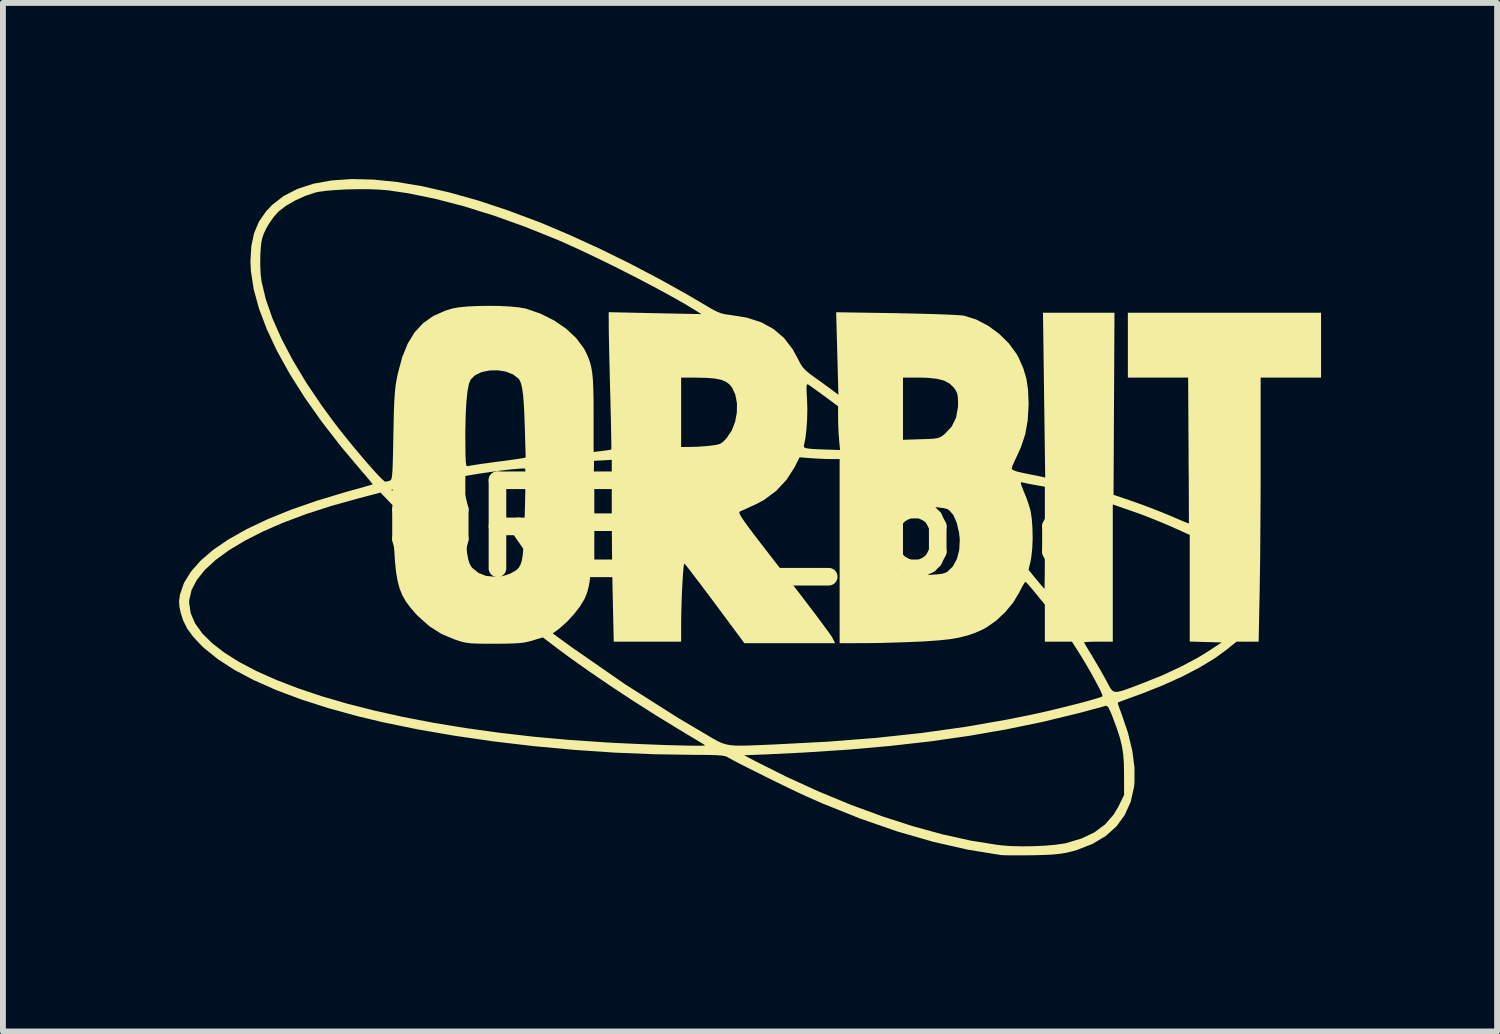
<source format=kicad_pcb>
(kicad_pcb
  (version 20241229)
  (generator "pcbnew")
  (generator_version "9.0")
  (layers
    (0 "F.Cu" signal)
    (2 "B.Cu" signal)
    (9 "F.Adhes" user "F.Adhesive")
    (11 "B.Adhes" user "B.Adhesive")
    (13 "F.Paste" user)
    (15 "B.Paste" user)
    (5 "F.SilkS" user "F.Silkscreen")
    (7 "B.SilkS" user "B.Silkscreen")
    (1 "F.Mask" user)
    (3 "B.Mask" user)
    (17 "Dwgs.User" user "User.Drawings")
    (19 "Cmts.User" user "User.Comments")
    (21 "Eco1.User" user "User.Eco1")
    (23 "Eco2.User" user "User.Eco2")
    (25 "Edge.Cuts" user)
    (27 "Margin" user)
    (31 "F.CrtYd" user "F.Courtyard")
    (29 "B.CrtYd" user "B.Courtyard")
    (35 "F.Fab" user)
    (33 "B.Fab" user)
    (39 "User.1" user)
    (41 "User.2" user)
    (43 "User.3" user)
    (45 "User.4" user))
  (footprint "ORBIT_logo"
    (layer "F.Cu")
    (at 9.71 5.953)
    (property "Reference" "ORBIT_logo" (at 0 0 0) (layer "F.SilkS") (effects (font (size 1.5 1.5) (thickness 0.3))))
    (attr board_only exclude_from_pos_files exclude_from_bom)
    (fp_poly (pts (xy -6.4 -5.944) (xy -5.997 -5.903) (xy -5.565 -5.83) (xy -5.106 -5.725) (xy -4.621 -5.589) (xy -4.111 -5.42) (xy -3.579 -5.221) (xy -3.522 -5.198) (xy -3.045 -4.996) (xy -2.545 -4.767) (xy -2.034 -4.516) (xy -1.527 -4.25) (xy -1.038 -3.977) (xy -0.744 -3.804) (xy -0.628 -3.736) (xy -0.541 -3.691) (xy -0.466 -3.663) (xy -0.391 -3.647) (xy -0.32 -3.638) (xy -0.037 -3.592) (xy 0.208 -3.513) (xy 0.419 -3.397) (xy 0.596 -3.245) (xy 0.743 -3.054) (xy 0.826 -2.902) (xy 0.87 -2.816) (xy 0.912 -2.751) (xy 0.964 -2.694) (xy 1.037 -2.633) (xy 1.131 -2.565) (xy 1.233 -2.492) (xy 1.329 -2.422) (xy 1.406 -2.366) (xy 1.436 -2.344) (xy 1.522 -2.278) (xy 1.503 -2.981) (xy 1.484 -3.684) (xy 2.509 -3.668) (xy 2.74 -3.663) (xy 2.958 -3.658) (xy 3.159 -3.652) (xy 3.336 -3.646) (xy 3.481 -3.639) (xy 3.59 -3.633) (xy 3.655 -3.626) (xy 3.663 -3.625) (xy 3.868 -3.561) (xy 4.071 -3.455) (xy 4.261 -3.316) (xy 4.427 -3.152) (xy 4.559 -2.971) (xy 4.595 -2.905) (xy 4.673 -2.726) (xy 4.725 -2.55) (xy 4.753 -2.361) (xy 4.762 -2.142) (xy 4.762 -2.108) (xy 4.747 -1.84) (xy 4.704 -1.602) (xy 4.629 -1.378) (xy 4.565 -1.238) (xy 4.522 -1.147) (xy 4.489 -1.071) (xy 4.474 -1.025) (xy 4.473 -1.02) (xy 4.496 -0.996) (xy 4.565 -0.97) (xy 4.683 -0.943) (xy 4.698 -0.94) (xy 4.807 -0.918) (xy 4.903 -0.899) (xy 4.97 -0.885) (xy 4.984 -0.882) (xy 5.045 -0.867) (xy 5.026 -2.272) (xy 5.007 -3.676) (xy 5.616 -3.676) (xy 6.225 -3.676) (xy 6.217 -2.125) (xy 6.209 -0.574) (xy 6.53 -0.465) (xy 6.689 -0.408) (xy 6.87 -0.34) (xy 7.049 -0.269) (xy 7.172 -0.218) (xy 7.289 -0.168) (xy 7.386 -0.126) (xy 7.457 -0.098) (xy 7.491 -0.085) (xy 7.493 -0.085) (xy 7.493 -0.111) (xy 7.493 -0.183) (xy 7.492 -0.297) (xy 7.492 -0.447) (xy 7.491 -0.629) (xy 7.49 -0.837) (xy 7.488 -1.067) (xy 7.487 -1.313) (xy 7.487 -1.33) (xy 7.48 -2.571) (xy 6.966 -2.571) (xy 6.453 -2.571) (xy 6.453 -3.124) (xy 6.453 -3.676) (xy 8.098 -3.676) (xy 9.744 -3.676) (xy 9.744 -3.124) (xy 9.744 -2.571) (xy 9.229 -2.571) (xy 8.715 -2.571) (xy 8.715 -1.174) (xy 8.715 -0.874) (xy 8.714 -0.561) (xy 8.712 -0.244) (xy 8.71 0.069) (xy 8.708 0.367) (xy 8.705 0.642) (xy 8.701 0.883) (xy 8.698 1.076) (xy 8.681 1.928) (xy 8.493 1.928) (xy 8.304 1.928) (xy 8.13 2.069) (xy 7.923 2.218) (xy 7.671 2.37) (xy 7.379 2.522) (xy 7.054 2.669) (xy 6.701 2.81) (xy 6.582 2.853) (xy 6.468 2.895) (xy 6.374 2.929) (xy 6.308 2.954) (xy 6.281 2.966) (xy 6.281 2.966) (xy 6.286 2.991) (xy 6.306 3.053) (xy 6.338 3.139) (xy 6.351 3.173) (xy 6.457 3.488) (xy 6.529 3.789) (xy 6.566 4.071) (xy 6.566 4.326) (xy 6.558 4.403) (xy 6.501 4.656) (xy 6.401 4.879) (xy 6.26 5.073) (xy 6.077 5.238) (xy 5.852 5.372) (xy 5.587 5.476) (xy 5.489 5.504) (xy 5.393 5.526) (xy 5.292 5.542) (xy 5.174 5.554) (xy 5.028 5.561) (xy 4.843 5.566) (xy 4.833 5.566) (xy 4.679 5.568) (xy 4.537 5.568) (xy 4.417 5.567) (xy 4.331 5.565) (xy 4.293 5.563) (xy 3.725 5.471) (xy 3.133 5.336) (xy 2.52 5.159) (xy 1.889 4.94) (xy 1.242 4.68) (xy 0.977 4.563) (xy 0.874 4.516) (xy 0.744 4.454) (xy 0.595 4.382) (xy 0.435 4.304) (xy 0.271 4.223) (xy 0.111 4.143) (xy -0.039 4.068) (xy -0.17 4.001) (xy -0.274 3.946) (xy -0.346 3.908) (xy -0.372 3.892) (xy -0.403 3.879) (xy -0.459 3.869) (xy -0.534 3.863) (xy -0.083 3.863) (xy 0.106 3.963) (xy 0.645 4.233) (xy 1.188 4.481) (xy 1.73 4.705) (xy 2.266 4.902) (xy 2.789 5.071) (xy 3.295 5.21) (xy 3.777 5.317) (xy 4.229 5.389) (xy 4.306 5.398) (xy 4.464 5.41) (xy 4.649 5.414) (xy 4.846 5.412) (xy 5.04 5.403) (xy 5.216 5.388) (xy 5.361 5.367) (xy 5.399 5.36) (xy 5.663 5.281) (xy 5.885 5.175) (xy 6.067 5.039) (xy 6.212 4.872) (xy 6.292 4.736) (xy 6.389 4.54) (xy 6.388 4.179) (xy 6.385 4) (xy 6.374 3.847) (xy 6.352 3.706) (xy 6.316 3.561) (xy 6.263 3.399) (xy 6.193 3.21) (xy 6.151 3.108) (xy 6.12 3.047) (xy 6.095 3.021) (xy 6.071 3.021) (xy 6.033 3.033) (xy 5.954 3.055) (xy 5.844 3.084) (xy 5.711 3.12) (xy 5.592 3.151) (xy 4.997 3.295) (xy 4.387 3.421) (xy 3.756 3.531) (xy 3.1 3.625) (xy 2.413 3.703) (xy 1.691 3.767) (xy 0.927 3.817) (xy 0.338 3.846) (xy -0.083 3.863) (xy -0.534 3.863) (xy -0.544 3.862) (xy -0.666 3.858) (xy -0.83 3.856) (xy -0.925 3.856) (xy -1.599 3.846) (xy -2.286 3.818) (xy -2.98 3.771) (xy -3.671 3.707) (xy -4.351 3.627) (xy -5.012 3.531) (xy -5.645 3.422) (xy -6.243 3.299) (xy -6.662 3.199) (xy -7.17 3.059) (xy -7.635 2.91) (xy -8.058 2.751) (xy -8.435 2.584) (xy -8.766 2.409) (xy -9.049 2.226) (xy -9.283 2.037) (xy -9.327 1.996) (xy -9.468 1.846) (xy -9.571 1.706) (xy -9.641 1.564) (xy -9.682 1.435) (xy -9.704 1.327) (xy -9.708 1.265) (xy -9.538 1.265) (xy -9.512 1.441) (xy -9.438 1.615) (xy -9.315 1.786) (xy -9.147 1.953) (xy -8.935 2.117) (xy -8.682 2.276) (xy -8.388 2.43) (xy -8.056 2.578) (xy -7.688 2.72) (xy -7.287 2.855) (xy -6.852 2.982) (xy -6.388 3.1) (xy -5.895 3.21) (xy -5.375 3.31) (xy -4.831 3.399) (xy -4.264 3.478) (xy -3.676 3.546) (xy -3.069 3.601) (xy -2.446 3.643) (xy -2.314 3.651) (xy -2.081 3.662) (xy -1.851 3.672) (xy -1.629 3.681) (xy -1.419 3.689) (xy -1.229 3.694) (xy -1.062 3.698) (xy -0.925 3.7) (xy -0.824 3.7) (xy -0.763 3.697) (xy -0.748 3.693) (xy -0.772 3.677) (xy -0.834 3.64) (xy -0.926 3.584) (xy -1.043 3.514) (xy -1.176 3.433) (xy -1.212 3.412) (xy -1.592 3.179) (xy -1.979 2.933) (xy -2.362 2.681) (xy -2.729 2.43) (xy -3.07 2.188) (xy -3.318 2.003) (xy -3.513 1.855) (xy -3.691 1.909) (xy -3.765 1.929) (xy -3.84 1.944) (xy -3.926 1.953) (xy -4.033 1.959) (xy -4.172 1.962) (xy -4.332 1.963) (xy -4.5 1.963) (xy -4.628 1.961) (xy -4.725 1.957) (xy -4.802 1.948) (xy -4.871 1.935) (xy -4.94 1.915) (xy -5.002 1.895) (xy -5.238 1.797) (xy -5.253 1.787) (xy -3.345 1.787) (xy -3.003 2.035) (xy -2.106 2.657) (xy -1.196 3.234) (xy -0.81 3.462) (xy -0.697 3.529) (xy -0.607 3.582) (xy -0.53 3.624) (xy -0.462 3.655) (xy -0.393 3.677) (xy -0.318 3.691) (xy -0.229 3.698) (xy -0.12 3.699) (xy 0.018 3.696) (xy 0.19 3.689) (xy 0.404 3.68) (xy 0.488 3.676) (xy 1.347 3.631) (xy 2.163 3.567) (xy 2.942 3.483) (xy 3.691 3.378) (xy 4.413 3.252) (xy 4.807 3.172) (xy 4.97 3.137) (xy 5.143 3.097) (xy 5.32 3.054) (xy 5.492 3.011) (xy 5.652 2.97) (xy 5.792 2.932) (xy 5.905 2.9) (xy 5.984 2.875) (xy 6.021 2.859) (xy 6.022 2.858) (xy 6.016 2.83) (xy 5.988 2.766) (xy 5.941 2.674) (xy 5.881 2.561) (xy 5.811 2.435) (xy 5.735 2.304) (xy 5.657 2.175) (xy 5.595 2.076) (xy 5.507 1.939) (xy 5.707 1.939) (xy 5.72 1.964) (xy 5.754 2.023) (xy 5.803 2.104) (xy 5.832 2.151) (xy 5.903 2.271) (xy 5.985 2.41) (xy 6.06 2.545) (xy 6.079 2.579) (xy 6.123 2.662) (xy 6.157 2.723) (xy 6.19 2.763) (xy 6.229 2.782) (xy 6.282 2.782) (xy 6.357 2.764) (xy 6.462 2.727) (xy 6.604 2.674) (xy 6.684 2.644) (xy 7.031 2.505) (xy 7.355 2.355) (xy 7.646 2.2) (xy 7.825 2.09) (xy 8.052 1.941) (xy 7.78 1.934) (xy 7.507 1.926) (xy 7.507 1.018) (xy 7.507 0.109) (xy 7.192 -0.033) (xy 7.037 -0.099) (xy 6.857 -0.172) (xy 6.676 -0.242) (xy 6.536 -0.292) (xy 6.196 -0.41) (xy 6.196 0.759) (xy 6.196 1.928) (xy 5.952 1.928) (xy 5.847 1.929) (xy 5.764 1.932) (xy 5.716 1.936) (xy 5.707 1.939) (xy 5.507 1.939) (xy 5.5 1.928) (xy 5.269 1.928) (xy 5.039 1.928) (xy 5.039 1.612) (xy 5.039 1.297) (xy 4.883 1.105) (xy 4.814 1.022) (xy 4.757 0.956) (xy 4.719 0.916) (xy 4.709 0.908) (xy 4.691 0.927) (xy 4.658 0.982) (xy 4.616 1.063) (xy 4.604 1.088) (xy 4.502 1.258) (xy 4.366 1.423) (xy 4.208 1.571) (xy 4.042 1.687) (xy 3.985 1.718) (xy 3.853 1.777) (xy 3.72 1.823) (xy 3.575 1.859) (xy 3.411 1.887) (xy 3.217 1.907) (xy 2.985 1.923) (xy 2.879 1.928) (xy 2.684 1.936) (xy 2.473 1.943) (xy 2.263 1.949) (xy 2.073 1.952) (xy 1.947 1.953) (xy 1.543 1.954) (xy 1.543 0.386) (xy 1.543 0.204) (xy 2.622 0.204) (xy 2.622 0.802) (xy 2.964 0.793) (xy 3.113 0.788) (xy 3.22 0.78) (xy 3.294 0.77) (xy 3.346 0.754) (xy 3.377 0.738) (xy 3.472 0.646) (xy 3.541 0.517) (xy 3.581 0.362) (xy 3.59 0.187) (xy 3.577 0.069) (xy 3.536 -0.102) (xy 3.48 -0.23) (xy 3.409 -0.312) (xy 3.376 -0.332) (xy 3.322 -0.346) (xy 3.228 -0.359) (xy 3.106 -0.371) (xy 2.968 -0.379) (xy 2.963 -0.379) (xy 2.622 -0.393) (xy 2.622 0.204) (xy 1.543 0.204) (xy 1.543 -0.775) (xy 4.629 -0.775) (xy 4.643 -0.724) (xy 4.673 -0.647) (xy 4.68 -0.632) (xy 4.727 -0.517) (xy 4.77 -0.391) (xy 4.795 -0.302) (xy 4.816 -0.169) (xy 4.828 -0.004) (xy 4.831 0.174) (xy 4.824 0.346) (xy 4.807 0.495) (xy 4.797 0.551) (xy 4.761 0.703) (xy 4.893 0.866) (xy 4.955 0.94) (xy 5.004 0.997) (xy 5.03 1.026) (xy 5.032 1.028) (xy 5.034 1.003) (xy 5.035 0.933) (xy 5.037 0.823) (xy 5.038 0.68) (xy 5.038 0.509) (xy 5.039 0.316) (xy 5.039 0.158) (xy 5.039 -0.712) (xy 4.852 -0.745) (xy 4.757 -0.763) (xy 4.68 -0.779) (xy 4.636 -0.789) (xy 4.634 -0.79) (xy 4.629 -0.775) (xy 1.543 -0.775) (xy 1.543 -1.183) (xy 1.392 -1.183) (xy 1.285 -1.185) (xy 1.157 -1.191) (xy 1.052 -1.198) (xy 0.861 -1.213) (xy 0.772 -1.037) (xy 0.636 -0.826) (xy 0.46 -0.639) (xy 0.254 -0.486) (xy 0.129 -0.419) (xy 0.025 -0.371) (xy -0.066 -0.329) (xy -0.131 -0.3) (xy -0.148 -0.293) (xy -0.16 -0.286) (xy -0.165 -0.274) (xy -0.161 -0.253) (xy -0.146 -0.221) (xy -0.116 -0.173) (xy -0.071 -0.107) (xy -0.007 -0.019) (xy 0.078 0.094) (xy 0.187 0.236) (xy 0.321 0.41) (xy 0.483 0.619) (xy 0.579 0.742) (xy 0.735 0.945) (xy 0.884 1.138) (xy 1.02 1.317) (xy 1.142 1.477) (xy 1.245 1.616) (xy 1.327 1.727) (xy 1.385 1.807) (xy 1.414 1.851) (xy 1.416 1.854) (xy 1.466 1.954) (xy 0.694 1.954) (xy -0.079 1.954) (xy -0.58 1.279) (xy -0.702 1.116) (xy -0.814 0.967) (xy -0.913 0.837) (xy -0.995 0.73) (xy -1.056 0.651) (xy -1.093 0.606) (xy -1.102 0.597) (xy -1.11 0.619) (xy -1.118 0.684) (xy -1.126 0.786) (xy -1.134 0.915) (xy -1.142 1.064) (xy -1.148 1.226) (xy -1.153 1.392) (xy -1.156 1.554) (xy -1.157 1.688) (xy -1.157 1.928) (xy -1.731 1.928) (xy -2.305 1.928) (xy -2.322 1.176) (xy -2.327 0.938) (xy -2.331 0.665) (xy -2.335 0.375) (xy -2.337 0.084) (xy -2.339 -0.189) (xy -2.339 -0.373) (xy -2.339 -1.17) (xy -2.49 -1.161) (xy -2.64 -1.153) (xy -2.659 -0.3) (xy -2.665 -0.004) (xy -2.672 0.245) (xy -2.68 0.453) (xy -2.689 0.626) (xy -2.7 0.767) (xy -2.713 0.882) (xy -2.729 0.977) (xy -2.748 1.057) (xy -2.771 1.126) (xy -2.798 1.19) (xy -2.807 1.208) (xy -2.88 1.328) (xy -2.983 1.46) (xy -3.102 1.589) (xy -3.225 1.699) (xy -3.273 1.736) (xy -3.345 1.787) (xy -5.253 1.787) (xy -5.447 1.664) (xy -5.642 1.49) (xy -5.679 1.451) (xy -5.77 1.346) (xy -5.844 1.246) (xy -5.904 1.142) (xy -5.951 1.028) (xy -5.986 0.897) (xy -6.013 0.742) (xy -6.032 0.556) (xy -6.046 0.331) (xy -6.056 0.09) (xy -6.073 -0.398) (xy -6.176 -0.505) (xy -6.278 -0.612) (xy -6.662 -0.511) (xy -7.12 -0.383) (xy -7.544 -0.246) (xy -7.931 -0.101) (xy -8.281 0.051) (xy -8.591 0.209) (xy -8.861 0.371) (xy -9.088 0.537) (xy -9.27 0.705) (xy -9.407 0.876) (xy -9.496 1.046) (xy -9.536 1.217) (xy -9.538 1.265) (xy -9.708 1.265) (xy -9.71 1.24) (xy -9.698 1.15) (xy -9.694 1.125) (xy -9.627 0.93) (xy -9.51 0.738) (xy -9.344 0.549) (xy -9.129 0.364) (xy -8.867 0.185) (xy -8.558 0.011) (xy -8.204 -0.157) (xy -7.805 -0.319) (xy -7.362 -0.473) (xy -6.876 -0.62) (xy -6.789 -0.644) (xy -6.747 -0.656) (xy -6.093 -0.656) (xy -6.08 -0.643) (xy -6.067 -0.656) (xy -6.08 -0.668) (xy -6.093 -0.656) (xy -6.747 -0.656) (xy -6.659 -0.68) (xy -6.549 -0.711) (xy -6.466 -0.735) (xy -6.419 -0.749) (xy -6.412 -0.752) (xy -6.426 -0.773) (xy -6.466 -0.823) (xy -6.528 -0.896) (xy -6.587 -0.964) (xy -6.951 -1.396) (xy -7.279 -1.819) (xy -7.571 -2.233) (xy -7.824 -2.633) (xy -8.039 -3.02) (xy -8.213 -3.39) (xy -8.347 -3.743) (xy -8.438 -4.075) (xy -8.486 -4.385) (xy -8.491 -4.495) (xy -8.327 -4.495) (xy -8.32 -4.336) (xy -8.304 -4.206) (xy -8.232 -3.905) (xy -8.118 -3.578) (xy -7.964 -3.231) (xy -7.772 -2.866) (xy -7.544 -2.486) (xy -7.281 -2.096) (xy -7.078 -1.819) (xy -6.97 -1.679) (xy -6.854 -1.533) (xy -6.734 -1.387) (xy -6.615 -1.245) (xy -6.503 -1.113) (xy -6.401 -0.998) (xy -6.314 -0.903) (xy -6.247 -0.836) (xy -6.206 -0.801) (xy -6.197 -0.797) (xy -6.163 -0.804) (xy -6.128 -0.812) (xy -6.113 -0.818) (xy -6.1 -0.829) (xy -6.09 -0.851) (xy -6.083 -0.889) (xy -6.082 -0.895) (xy -4.833 -0.895) (xy -4.833 -0.364) (xy -4.831 -0.102) (xy -4.826 0.112) (xy -4.817 0.285) (xy -4.803 0.421) (xy -4.784 0.525) (xy -4.759 0.602) (xy -4.728 0.656) (xy -4.715 0.671) (xy -4.607 0.758) (xy -4.482 0.807) (xy -4.331 0.822) (xy -4.192 0.81) (xy -4.074 0.771) (xy -4.062 0.765) (xy -4.005 0.734) (xy -3.958 0.704) (xy -3.922 0.666) (xy -3.894 0.617) (xy -3.872 0.55) (xy -3.856 0.46) (xy -3.845 0.341) (xy -3.836 0.187) (xy -3.828 -0.007) (xy -3.821 -0.239) (xy -3.816 -0.432) (xy -3.812 -0.609) (xy -3.81 -0.762) (xy -3.809 -0.885) (xy -3.81 -0.972) (xy -3.813 -1.017) (xy -3.815 -1.021) (xy -3.845 -1.023) (xy -3.916 -1.019) (xy -4.021 -1.01) (xy -4.149 -0.996) (xy -4.29 -0.978) (xy -4.437 -0.958) (xy -4.58 -0.937) (xy -4.673 -0.922) (xy -4.833 -0.895) (xy -6.082 -0.895) (xy -6.077 -0.95) (xy -6.072 -1.038) (xy -6.068 -1.16) (xy -6.064 -1.32) (xy -6.06 -1.524) (xy -6.06 -1.546) (xy -4.833 -1.546) (xy -4.832 -1.369) (xy -4.83 -1.238) (xy -4.826 -1.147) (xy -4.82 -1.091) (xy -4.811 -1.065) (xy -4.8 -1.061) (xy -4.764 -1.069) (xy -4.687 -1.081) (xy -4.577 -1.098) (xy -4.444 -1.116) (xy -4.344 -1.13) (xy -4.198 -1.149) (xy -4.066 -1.167) (xy -3.96 -1.182) (xy -3.887 -1.193) (xy -3.863 -1.197) (xy -3.805 -1.209) (xy -3.82 -1.716) (xy -3.828 -1.949) (xy -3.838 -2.136) (xy -3.85 -2.282) (xy -3.866 -2.392) (xy -3.885 -2.473) (xy -3.909 -2.528) (xy -3.927 -2.553) (xy -4.021 -2.625) (xy -4.142 -2.673) (xy -4.28 -2.695) (xy -4.421 -2.692) (xy -4.553 -2.665) (xy -4.664 -2.613) (xy -4.742 -2.538) (xy -4.773 -2.461) (xy -4.797 -2.333) (xy -4.815 -2.155) (xy -4.827 -1.928) (xy -4.833 -1.651) (xy -4.833 -1.546) (xy -6.06 -1.546) (xy -6.059 -1.59) (xy -6.054 -1.817) (xy -6.05 -2.001) (xy -6.044 -2.149) (xy -6.037 -2.27) (xy -6.028 -2.371) (xy -6.017 -2.46) (xy -6.002 -2.545) (xy -5.984 -2.634) (xy -5.983 -2.639) (xy -5.909 -2.917) (xy -5.814 -3.151) (xy -5.696 -3.343) (xy -5.552 -3.498) (xy -5.379 -3.62) (xy -5.173 -3.711) (xy -5.057 -3.747) (xy -4.948 -3.767) (xy -4.8 -3.782) (xy -4.627 -3.79) (xy -4.44 -3.793) (xy -4.252 -3.791) (xy -4.077 -3.782) (xy -3.926 -3.768) (xy -3.812 -3.748) (xy -3.805 -3.747) (xy -3.554 -3.661) (xy -3.322 -3.545) (xy -3.117 -3.405) (xy -2.946 -3.245) (xy -2.815 -3.07) (xy -2.78 -3.005) (xy -2.742 -2.921) (xy -2.712 -2.84) (xy -2.689 -2.753) (xy -2.672 -2.654) (xy -2.66 -2.533) (xy -2.653 -2.386) (xy -2.649 -2.203) (xy -2.648 -1.977) (xy -2.648 -1.934) (xy -2.648 -1.304) (xy -2.501 -1.321) (xy -2.421 -1.332) (xy -2.365 -1.341) (xy -2.347 -1.346) (xy -2.346 -1.373) (xy -2.346 -1.445) (xy -2.348 -1.557) (xy -2.351 -1.704) (xy -2.354 -1.879) (xy -2.357 -1.98) (xy -1.157 -1.98) (xy -1.157 -1.388) (xy -0.996 -1.39) (xy -0.88 -1.393) (xy -0.794 -1.399) (xy 0.932 -1.399) (xy 0.94 -1.382) (xy 0.965 -1.37) (xy 1.015 -1.361) (xy 1.095 -1.354) (xy 1.214 -1.348) (xy 1.376 -1.343) (xy 1.398 -1.342) (xy 1.55 -1.337) (xy 1.534 -1.51) (xy 1.525 -1.629) (xy 1.519 -1.768) (xy 1.517 -1.883) (xy 1.517 -2.041) (xy 2.622 -2.041) (xy 2.622 -1.511) (xy 2.928 -1.521) (xy 3.059 -1.525) (xy 3.15 -1.531) (xy 3.212 -1.54) (xy 3.257 -1.557) (xy 3.298 -1.582) (xy 3.333 -1.61) (xy 3.452 -1.736) (xy 3.527 -1.89) (xy 3.559 -2.071) (xy 3.561 -2.122) (xy 3.558 -2.225) (xy 3.547 -2.295) (xy 3.523 -2.35) (xy 3.489 -2.399) (xy 3.418 -2.468) (xy 3.323 -2.519) (xy 3.197 -2.551) (xy 3.033 -2.568) (xy 2.888 -2.571) (xy 2.622 -2.571) (xy 2.622 -2.041) (xy 1.517 -2.041) (xy 1.517 -2.082) (xy 1.279 -2.258) (xy 1.181 -2.33) (xy 1.096 -2.391) (xy 1.034 -2.435) (xy 1.006 -2.454) (xy 0.99 -2.456) (xy 0.981 -2.435) (xy 0.979 -2.384) (xy 0.982 -2.294) (xy 0.988 -2.195) (xy 0.993 -2.034) (xy 0.989 -1.861) (xy 0.978 -1.692) (xy 0.961 -1.543) (xy 0.938 -1.428) (xy 0.936 -1.422) (xy 0.932 -1.399) (xy -0.794 -1.399) (xy -0.747 -1.402) (xy -0.657 -1.411) (xy -0.561 -1.424) (xy -0.497 -1.441) (xy -0.447 -1.473) (xy -0.394 -1.526) (xy -0.381 -1.541) (xy -0.296 -1.667) (xy -0.238 -1.815) (xy -0.208 -1.974) (xy -0.206 -2.132) (xy -0.233 -2.279) (xy -0.29 -2.401) (xy -0.336 -2.457) (xy -0.396 -2.501) (xy -0.474 -2.533) (xy -0.578 -2.554) (xy -0.716 -2.566) (xy -0.893 -2.57) (xy -1.157 -2.571) (xy -1.157 -1.98) (xy -2.357 -1.98) (xy -2.359 -2.076) (xy -2.364 -2.291) (xy -2.365 -2.303) (xy -2.371 -2.53) (xy -2.376 -2.749) (xy -2.381 -2.953) (xy -2.385 -3.136) (xy -2.388 -3.288) (xy -2.39 -3.404) (xy -2.39 -3.468) (xy -2.391 -3.685) (xy -1.6 -3.668) (xy -0.81 -3.652) (xy -0.926 -3.724) (xy -1.101 -3.83) (xy -1.316 -3.951) (xy -1.56 -4.084) (xy -1.824 -4.224) (xy -2.101 -4.366) (xy -2.382 -4.507) (xy -2.657 -4.64) (xy -2.917 -4.763) (xy -3.155 -4.871) (xy -3.271 -4.921) (xy -3.816 -5.14) (xy -4.346 -5.33) (xy -4.858 -5.489) (xy -5.345 -5.616) (xy -5.804 -5.71) (xy -6.149 -5.761) (xy -6.301 -5.773) (xy -6.478 -5.78) (xy -6.669 -5.78) (xy -6.863 -5.776) (xy -7.047 -5.766) (xy -7.209 -5.752) (xy -7.339 -5.734) (xy -7.391 -5.722) (xy -7.565 -5.664) (xy -7.737 -5.585) (xy -7.893 -5.494) (xy -8.015 -5.4) (xy -8.031 -5.384) (xy -8.105 -5.297) (xy -8.18 -5.189) (xy -8.23 -5.101) (xy -8.269 -5.017) (xy -8.294 -4.942) (xy -8.31 -4.862) (xy -8.319 -4.758) (xy -8.325 -4.661) (xy -8.327 -4.495) (xy -8.491 -4.495) (xy -8.494 -4.55) (xy -8.479 -4.808) (xy -8.432 -5.031) (xy -8.349 -5.227) (xy -8.228 -5.402) (xy -8.125 -5.512) (xy -7.927 -5.665) (xy -7.692 -5.785) (xy -7.42 -5.874) (xy -7.113 -5.929) (xy -6.772 -5.953)) (stroke (width 0) (type solid)) (fill yes) (layer "F.SilkS")))
  (gr_rect
    (start -3 -3)
    (end 22.453 14.521)
    (stroke (width 0.1) (type default))
    (fill no)
    (layer "Edge.Cuts")))
</source>
